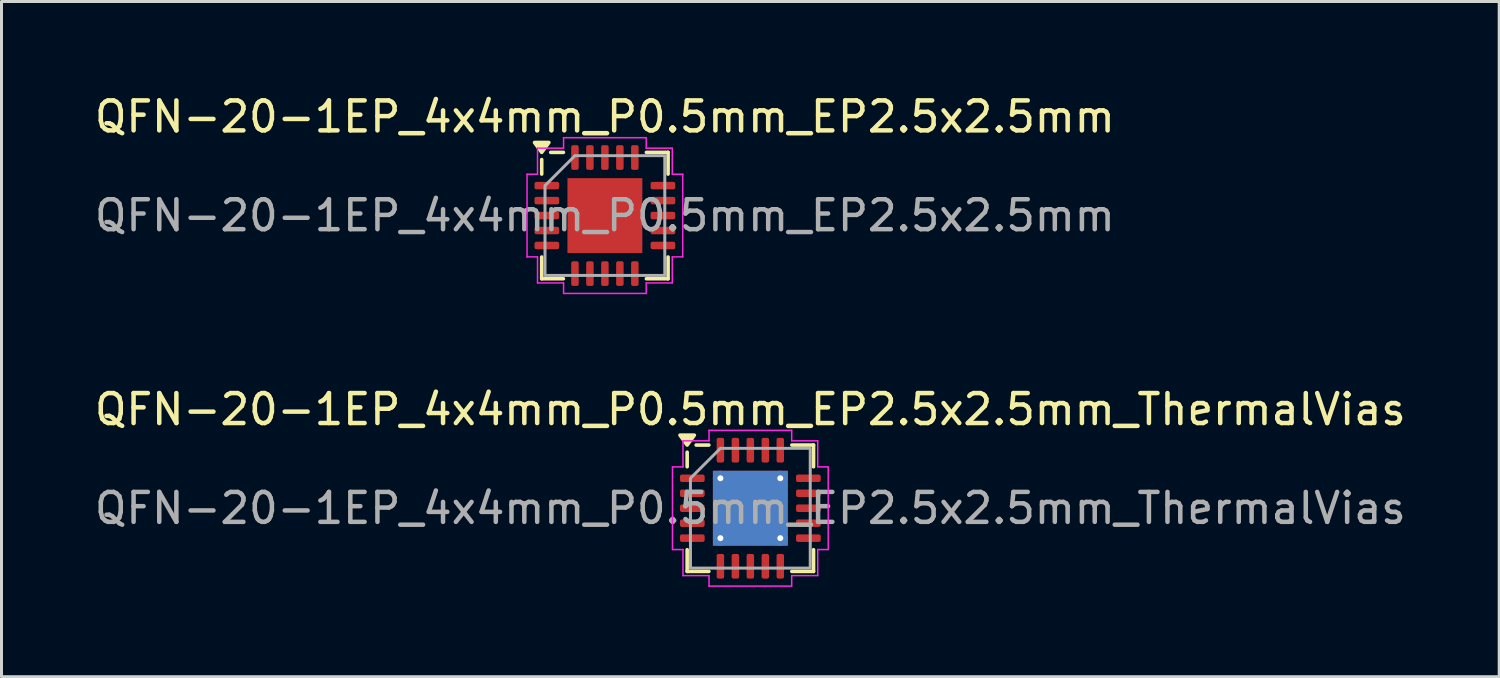
<source format=kicad_pcb>
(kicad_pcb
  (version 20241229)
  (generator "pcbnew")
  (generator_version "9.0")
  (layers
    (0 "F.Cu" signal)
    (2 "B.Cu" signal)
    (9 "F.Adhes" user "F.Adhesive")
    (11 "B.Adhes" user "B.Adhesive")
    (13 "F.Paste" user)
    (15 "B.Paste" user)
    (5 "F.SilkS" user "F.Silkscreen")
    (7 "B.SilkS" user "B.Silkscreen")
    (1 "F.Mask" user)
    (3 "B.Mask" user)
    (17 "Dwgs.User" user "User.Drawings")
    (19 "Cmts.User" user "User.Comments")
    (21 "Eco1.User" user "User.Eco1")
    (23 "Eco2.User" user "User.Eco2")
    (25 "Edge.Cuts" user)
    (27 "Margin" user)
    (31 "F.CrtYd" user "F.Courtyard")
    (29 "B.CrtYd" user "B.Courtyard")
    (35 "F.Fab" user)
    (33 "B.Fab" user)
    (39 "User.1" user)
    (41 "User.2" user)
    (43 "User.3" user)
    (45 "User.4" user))
  (footprint "QFN-20-1EP_4x4mm_P0.5mm_EP2.5x2.5mm"
    (layer "F.Cu")
    (at 17.149 4.148)
    (property "Reference" "QFN-20-1EP_4x4mm_P0.5mm_EP2.5x2.5mm" (at 0 -3.3 0) (layer "F.SilkS") (effects (font (size 1 1) (thickness 0.15))))
    (attr smd)
    (fp_line (start -2.11 -1.385) (end -2.11 -1.87) (stroke (width 0.12) (type solid)) (layer "F.SilkS"))
    (fp_line (start -2.11 2.11) (end -2.11 1.385) (stroke (width 0.12) (type solid)) (layer "F.SilkS"))
    (fp_line (start -1.385 -2.11) (end -1.81 -2.11) (stroke (width 0.12) (type solid)) (layer "F.SilkS"))
    (fp_line (start -1.385 2.11) (end -2.11 2.11) (stroke (width 0.12) (type solid)) (layer "F.SilkS"))
    (fp_line (start 1.385 -2.11) (end 2.11 -2.11) (stroke (width 0.12) (type solid)) (layer "F.SilkS"))
    (fp_line (start 1.385 2.11) (end 2.11 2.11) (stroke (width 0.12) (type solid)) (layer "F.SilkS"))
    (fp_line (start 2.11 -2.11) (end 2.11 -1.385) (stroke (width 0.12) (type solid)) (layer "F.SilkS"))
    (fp_line (start 2.11 2.11) (end 2.11 1.385) (stroke (width 0.12) (type solid)) (layer "F.SilkS"))
    (fp_poly (pts (xy -2.11 -2.11) (xy -2.35 -2.44) (xy -1.87 -2.44)) (stroke (width 0.12) (type solid)) (fill yes) (layer "F.SilkS"))
    (fp_line (start -2.6 -1.38) (end -2.25 -1.38) (stroke (width 0.05) (type solid)) (layer "F.CrtYd"))
    (fp_line (start -2.6 1.38) (end -2.6 -1.38) (stroke (width 0.05) (type solid)) (layer "F.CrtYd"))
    (fp_line (start -2.25 -2.25) (end -1.38 -2.25) (stroke (width 0.05) (type solid)) (layer "F.CrtYd"))
    (fp_line (start -2.25 -1.38) (end -2.25 -2.25) (stroke (width 0.05) (type solid)) (layer "F.CrtYd"))
    (fp_line (start -2.25 1.38) (end -2.6 1.38) (stroke (width 0.05) (type solid)) (layer "F.CrtYd"))
    (fp_line (start -2.25 2.25) (end -2.25 1.38) (stroke (width 0.05) (type solid)) (layer "F.CrtYd"))
    (fp_line (start -1.38 -2.6) (end 1.38 -2.6) (stroke (width 0.05) (type solid)) (layer "F.CrtYd"))
    (fp_line (start -1.38 -2.25) (end -1.38 -2.6) (stroke (width 0.05) (type solid)) (layer "F.CrtYd"))
    (fp_line (start -1.38 2.25) (end -2.25 2.25) (stroke (width 0.05) (type solid)) (layer "F.CrtYd"))
    (fp_line (start -1.38 2.6) (end -1.38 2.25) (stroke (width 0.05) (type solid)) (layer "F.CrtYd"))
    (fp_line (start 1.38 -2.6) (end 1.38 -2.25) (stroke (width 0.05) (type solid)) (layer "F.CrtYd"))
    (fp_line (start 1.38 -2.25) (end 2.25 -2.25) (stroke (width 0.05) (type solid)) (layer "F.CrtYd"))
    (fp_line (start 1.38 2.25) (end 1.38 2.6) (stroke (width 0.05) (type solid)) (layer "F.CrtYd"))
    (fp_line (start 1.38 2.6) (end -1.38 2.6) (stroke (width 0.05) (type solid)) (layer "F.CrtYd"))
    (fp_line (start 2.25 -2.25) (end 2.25 -1.38) (stroke (width 0.05) (type solid)) (layer "F.CrtYd"))
    (fp_line (start 2.25 -1.38) (end 2.6 -1.38) (stroke (width 0.05) (type solid)) (layer "F.CrtYd"))
    (fp_line (start 2.25 1.38) (end 2.25 2.25) (stroke (width 0.05) (type solid)) (layer "F.CrtYd"))
    (fp_line (start 2.25 2.25) (end 1.38 2.25) (stroke (width 0.05) (type solid)) (layer "F.CrtYd"))
    (fp_line (start 2.6 -1.38) (end 2.6 1.38) (stroke (width 0.05) (type solid)) (layer "F.CrtYd"))
    (fp_line (start 2.6 1.38) (end 2.25 1.38) (stroke (width 0.05) (type solid)) (layer "F.CrtYd"))
    (fp_poly (pts (xy -2 -1) (xy -2 2) (xy 2 2) (xy 2 -2) (xy -1 -2)) (stroke (width 0.1) (type solid)) (fill no) (layer "F.Fab"))
    (fp_text user "${REFERENCE}" (at 0 0 0) (layer "F.Fab") (effects (font (size 1 1) (thickness 0.15))))
    (pad "" smd roundrect (at -0.625 -0.625) (size 1.01 1.01) (layers "F.Paste") (roundrect_rratio 0.248))
    (pad "" smd roundrect (at -0.625 0.625) (size 1.01 1.01) (layers "F.Paste") (roundrect_rratio 0.248))
    (pad "" smd roundrect (at 0.625 -0.625) (size 1.01 1.01) (layers "F.Paste") (roundrect_rratio 0.248))
    (pad "" smd roundrect (at 0.625 0.625) (size 1.01 1.01) (layers "F.Paste") (roundrect_rratio 0.248))
    (pad "1" smd roundrect (at -1.938 -1) (size 0.825 0.25) (layers "F.Cu" "F.Mask" "F.Paste") (roundrect_rratio 0.25))
    (pad "2" smd roundrect (at -1.938 -0.5) (size 0.825 0.25) (layers "F.Cu" "F.Mask" "F.Paste") (roundrect_rratio 0.25))
    (pad "3" smd roundrect (at -1.938 0) (size 0.825 0.25) (layers "F.Cu" "F.Mask" "F.Paste") (roundrect_rratio 0.25))
    (pad "4" smd roundrect (at -1.938 0.5) (size 0.825 0.25) (layers "F.Cu" "F.Mask" "F.Paste") (roundrect_rratio 0.25))
    (pad "5" smd roundrect (at -1.938 1) (size 0.825 0.25) (layers "F.Cu" "F.Mask" "F.Paste") (roundrect_rratio 0.25))
    (pad "6" smd roundrect (at -1 1.938) (size 0.25 0.825) (layers "F.Cu" "F.Mask" "F.Paste") (roundrect_rratio 0.25))
    (pad "7" smd roundrect (at -0.5 1.938) (size 0.25 0.825) (layers "F.Cu" "F.Mask" "F.Paste") (roundrect_rratio 0.25))
    (pad "8" smd roundrect (at 0 1.938) (size 0.25 0.825) (layers "F.Cu" "F.Mask" "F.Paste") (roundrect_rratio 0.25))
    (pad "9" smd roundrect (at 0.5 1.938) (size 0.25 0.825) (layers "F.Cu" "F.Mask" "F.Paste") (roundrect_rratio 0.25))
    (pad "10" smd roundrect (at 1 1.938) (size 0.25 0.825) (layers "F.Cu" "F.Mask" "F.Paste") (roundrect_rratio 0.25))
    (pad "11" smd roundrect (at 1.938 1) (size 0.825 0.25) (layers "F.Cu" "F.Mask" "F.Paste") (roundrect_rratio 0.25))
    (pad "12" smd roundrect (at 1.938 0.5) (size 0.825 0.25) (layers "F.Cu" "F.Mask" "F.Paste") (roundrect_rratio 0.25))
    (pad "13" smd roundrect (at 1.938 0) (size 0.825 0.25) (layers "F.Cu" "F.Mask" "F.Paste") (roundrect_rratio 0.25))
    (pad "14" smd roundrect (at 1.938 -0.5) (size 0.825 0.25) (layers "F.Cu" "F.Mask" "F.Paste") (roundrect_rratio 0.25))
    (pad "15" smd roundrect (at 1.938 -1) (size 0.825 0.25) (layers "F.Cu" "F.Mask" "F.Paste") (roundrect_rratio 0.25))
    (pad "16" smd roundrect (at 1 -1.938) (size 0.25 0.825) (layers "F.Cu" "F.Mask" "F.Paste") (roundrect_rratio 0.25))
    (pad "17" smd roundrect (at 0.5 -1.938) (size 0.25 0.825) (layers "F.Cu" "F.Mask" "F.Paste") (roundrect_rratio 0.25))
    (pad "18" smd roundrect (at 0 -1.938) (size 0.25 0.825) (layers "F.Cu" "F.Mask" "F.Paste") (roundrect_rratio 0.25))
    (pad "19" smd roundrect (at -0.5 -1.938) (size 0.25 0.825) (layers "F.Cu" "F.Mask" "F.Paste") (roundrect_rratio 0.25))
    (pad "20" smd roundrect (at -1 -1.938) (size 0.25 0.825) (layers "F.Cu" "F.Mask" "F.Paste") (roundrect_rratio 0.25))
    (pad "21" smd rect (at 0 0) (size 2.5 2.5) (property pad_prop_heatsink) (layers "F.Cu" "F.Mask")))
  (footprint "QFN-20-1EP_4x4mm_P0.5mm_EP2.5x2.5mm_ThermalVias"
    (layer "F.Cu")
    (at 22.006 13.921)
    (property "Reference" "QFN-20-1EP_4x4mm_P0.5mm_EP2.5x2.5mm_ThermalVias" (at 0 -3.3 0) (layer "F.SilkS") (effects (font (size 1 1) (thickness 0.15))))
    (attr smd)
    (fp_line (start -2.11 -1.385) (end -2.11 -1.87) (stroke (width 0.12) (type solid)) (layer "F.SilkS"))
    (fp_line (start -2.11 2.11) (end -2.11 1.385) (stroke (width 0.12) (type solid)) (layer "F.SilkS"))
    (fp_line (start -1.385 -2.11) (end -1.81 -2.11) (stroke (width 0.12) (type solid)) (layer "F.SilkS"))
    (fp_line (start -1.385 2.11) (end -2.11 2.11) (stroke (width 0.12) (type solid)) (layer "F.SilkS"))
    (fp_line (start 1.385 -2.11) (end 2.11 -2.11) (stroke (width 0.12) (type solid)) (layer "F.SilkS"))
    (fp_line (start 1.385 2.11) (end 2.11 2.11) (stroke (width 0.12) (type solid)) (layer "F.SilkS"))
    (fp_line (start 2.11 -2.11) (end 2.11 -1.385) (stroke (width 0.12) (type solid)) (layer "F.SilkS"))
    (fp_line (start 2.11 2.11) (end 2.11 1.385) (stroke (width 0.12) (type solid)) (layer "F.SilkS"))
    (fp_poly (pts (xy -2.11 -2.11) (xy -2.35 -2.44) (xy -1.87 -2.44)) (stroke (width 0.12) (type solid)) (fill yes) (layer "F.SilkS"))
    (fp_line (start -2.6 -1.38) (end -2.25 -1.38) (stroke (width 0.05) (type solid)) (layer "F.CrtYd"))
    (fp_line (start -2.6 1.38) (end -2.6 -1.38) (stroke (width 0.05) (type solid)) (layer "F.CrtYd"))
    (fp_line (start -2.25 -2.25) (end -1.38 -2.25) (stroke (width 0.05) (type solid)) (layer "F.CrtYd"))
    (fp_line (start -2.25 -1.38) (end -2.25 -2.25) (stroke (width 0.05) (type solid)) (layer "F.CrtYd"))
    (fp_line (start -2.25 1.38) (end -2.6 1.38) (stroke (width 0.05) (type solid)) (layer "F.CrtYd"))
    (fp_line (start -2.25 2.25) (end -2.25 1.38) (stroke (width 0.05) (type solid)) (layer "F.CrtYd"))
    (fp_line (start -1.38 -2.6) (end 1.38 -2.6) (stroke (width 0.05) (type solid)) (layer "F.CrtYd"))
    (fp_line (start -1.38 -2.25) (end -1.38 -2.6) (stroke (width 0.05) (type solid)) (layer "F.CrtYd"))
    (fp_line (start -1.38 2.25) (end -2.25 2.25) (stroke (width 0.05) (type solid)) (layer "F.CrtYd"))
    (fp_line (start -1.38 2.6) (end -1.38 2.25) (stroke (width 0.05) (type solid)) (layer "F.CrtYd"))
    (fp_line (start 1.38 -2.6) (end 1.38 -2.25) (stroke (width 0.05) (type solid)) (layer "F.CrtYd"))
    (fp_line (start 1.38 -2.25) (end 2.25 -2.25) (stroke (width 0.05) (type solid)) (layer "F.CrtYd"))
    (fp_line (start 1.38 2.25) (end 1.38 2.6) (stroke (width 0.05) (type solid)) (layer "F.CrtYd"))
    (fp_line (start 1.38 2.6) (end -1.38 2.6) (stroke (width 0.05) (type solid)) (layer "F.CrtYd"))
    (fp_line (start 2.25 -2.25) (end 2.25 -1.38) (stroke (width 0.05) (type solid)) (layer "F.CrtYd"))
    (fp_line (start 2.25 -1.38) (end 2.6 -1.38) (stroke (width 0.05) (type solid)) (layer "F.CrtYd"))
    (fp_line (start 2.25 1.38) (end 2.25 2.25) (stroke (width 0.05) (type solid)) (layer "F.CrtYd"))
    (fp_line (start 2.25 2.25) (end 1.38 2.25) (stroke (width 0.05) (type solid)) (layer "F.CrtYd"))
    (fp_line (start 2.6 -1.38) (end 2.6 1.38) (stroke (width 0.05) (type solid)) (layer "F.CrtYd"))
    (fp_line (start 2.6 1.38) (end 2.25 1.38) (stroke (width 0.05) (type solid)) (layer "F.CrtYd"))
    (fp_poly (pts (xy -2 -1) (xy -2 2) (xy 2 2) (xy 2 -2) (xy -1 -2)) (stroke (width 0.1) (type solid)) (fill no) (layer "F.Fab"))
    (fp_text user "${REFERENCE}" (at 0 0 0) (layer "F.Fab") (effects (font (size 1 1) (thickness 0.15))))
    (pad "" smd roundrect (at -0.625 -0.625) (size 1.08 1.08) (layers "F.Paste") (roundrect_rratio 0.231))
    (pad "" smd roundrect (at -0.625 0.625) (size 1.08 1.08) (layers "F.Paste") (roundrect_rratio 0.231))
    (pad "" smd roundrect (at 0.625 -0.625) (size 1.08 1.08) (layers "F.Paste") (roundrect_rratio 0.231))
    (pad "" smd roundrect (at 0.625 0.625) (size 1.08 1.08) (layers "F.Paste") (roundrect_rratio 0.231))
    (pad "1" smd roundrect (at -1.938 -1) (size 0.825 0.25) (layers "F.Cu" "F.Mask" "F.Paste") (roundrect_rratio 0.25))
    (pad "2" smd roundrect (at -1.938 -0.5) (size 0.825 0.25) (layers "F.Cu" "F.Mask" "F.Paste") (roundrect_rratio 0.25))
    (pad "3" smd roundrect (at -1.938 0) (size 0.825 0.25) (layers "F.Cu" "F.Mask" "F.Paste") (roundrect_rratio 0.25))
    (pad "4" smd roundrect (at -1.938 0.5) (size 0.825 0.25) (layers "F.Cu" "F.Mask" "F.Paste") (roundrect_rratio 0.25))
    (pad "5" smd roundrect (at -1.938 1) (size 0.825 0.25) (layers "F.Cu" "F.Mask" "F.Paste") (roundrect_rratio 0.25))
    (pad "6" smd roundrect (at -1 1.938) (size 0.25 0.825) (layers "F.Cu" "F.Mask" "F.Paste") (roundrect_rratio 0.25))
    (pad "7" smd roundrect (at -0.5 1.938) (size 0.25 0.825) (layers "F.Cu" "F.Mask" "F.Paste") (roundrect_rratio 0.25))
    (pad "8" smd roundrect (at 0 1.938) (size 0.25 0.825) (layers "F.Cu" "F.Mask" "F.Paste") (roundrect_rratio 0.25))
    (pad "9" smd roundrect (at 0.5 1.938) (size 0.25 0.825) (layers "F.Cu" "F.Mask" "F.Paste") (roundrect_rratio 0.25))
    (pad "10" smd roundrect (at 1 1.938) (size 0.25 0.825) (layers "F.Cu" "F.Mask" "F.Paste") (roundrect_rratio 0.25))
    (pad "11" smd roundrect (at 1.938 1) (size 0.825 0.25) (layers "F.Cu" "F.Mask" "F.Paste") (roundrect_rratio 0.25))
    (pad "12" smd roundrect (at 1.938 0.5) (size 0.825 0.25) (layers "F.Cu" "F.Mask" "F.Paste") (roundrect_rratio 0.25))
    (pad "13" smd roundrect (at 1.938 0) (size 0.825 0.25) (layers "F.Cu" "F.Mask" "F.Paste") (roundrect_rratio 0.25))
    (pad "14" smd roundrect (at 1.938 -0.5) (size 0.825 0.25) (layers "F.Cu" "F.Mask" "F.Paste") (roundrect_rratio 0.25))
    (pad "15" smd roundrect (at 1.938 -1) (size 0.825 0.25) (layers "F.Cu" "F.Mask" "F.Paste") (roundrect_rratio 0.25))
    (pad "16" smd roundrect (at 1 -1.938) (size 0.25 0.825) (layers "F.Cu" "F.Mask" "F.Paste") (roundrect_rratio 0.25))
    (pad "17" smd roundrect (at 0.5 -1.938) (size 0.25 0.825) (layers "F.Cu" "F.Mask" "F.Paste") (roundrect_rratio 0.25))
    (pad "18" smd roundrect (at 0 -1.938) (size 0.25 0.825) (layers "F.Cu" "F.Mask" "F.Paste") (roundrect_rratio 0.25))
    (pad "19" smd roundrect (at -0.5 -1.938) (size 0.25 0.825) (layers "F.Cu" "F.Mask" "F.Paste") (roundrect_rratio 0.25))
    (pad "20" smd roundrect (at -1 -1.938) (size 0.25 0.825) (layers "F.Cu" "F.Mask" "F.Paste") (roundrect_rratio 0.25))
    (pad "21" thru_hole circle (at -1 -1) (size 0.5 0.5) (drill 0.2) (property pad_prop_heatsink) (layers "*.Cu"))
    (pad "21" thru_hole circle (at -1 1) (size 0.5 0.5) (drill 0.2) (property pad_prop_heatsink) (layers "*.Cu"))
    (pad "21" smd rect (at 0 0) (size 2.5 2.5) (property pad_prop_heatsink) (layers "F.Cu" "F.Mask"))
    (pad "21" smd rect (at 0 0) (size 2.5 2.5) (property pad_prop_heatsink) (layers "B.Cu"))
    (pad "21" thru_hole circle (at 1 -1) (size 0.5 0.5) (drill 0.2) (property pad_prop_heatsink) (layers "*.Cu"))
    (pad "21" thru_hole circle (at 1 1) (size 0.5 0.5) (drill 0.2) (property pad_prop_heatsink) (layers "*.Cu")))
  (gr_rect
    (start -3 -3)
    (end 47.012 19.547)
    (stroke (width 0.1) (type default))
    (fill no)
    (layer "Edge.Cuts")))
</source>
